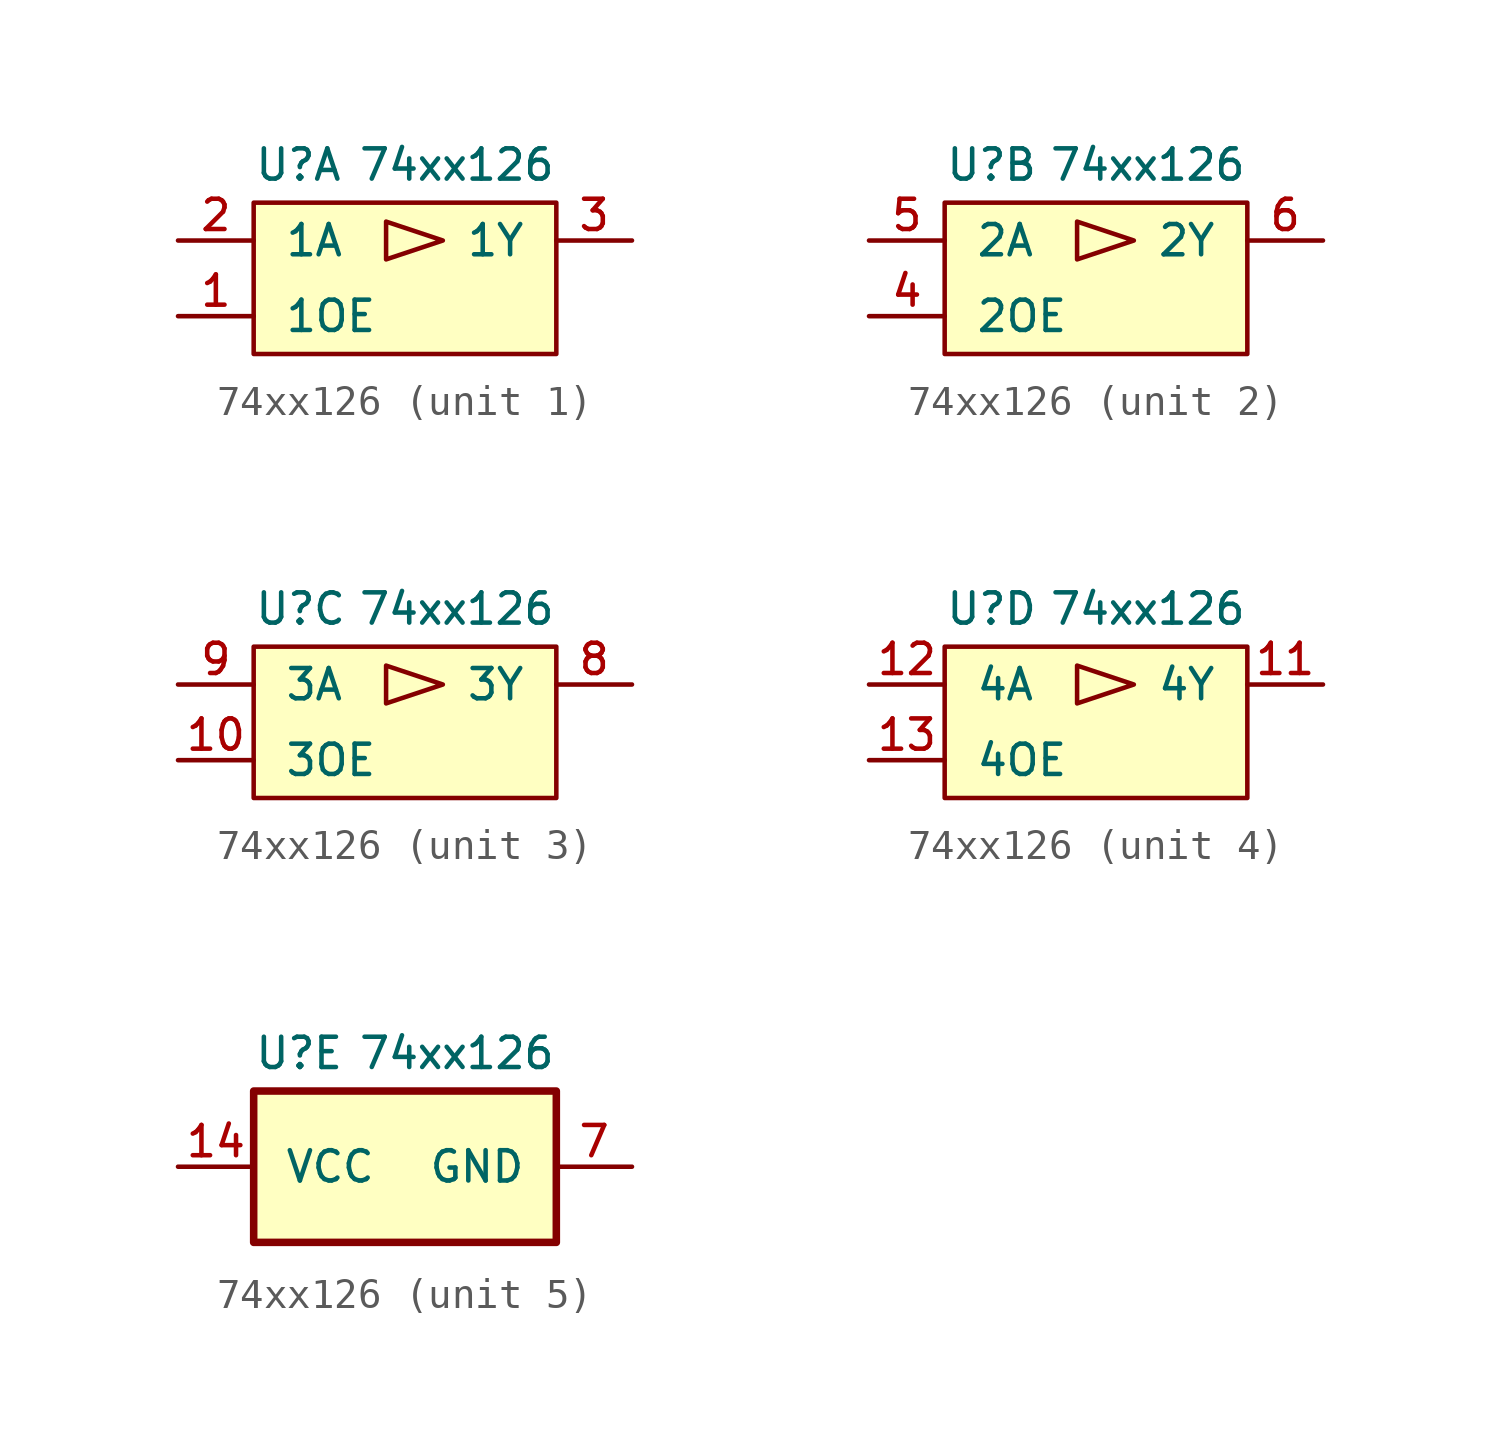
<source format=kicad_sym>
(kicad_symbol_lib
  (version 20211014)
  (generator kicad_symbol_editor)
  (symbol "74xx126"
    (pin_names
      (offset 1.016))
    (property "Reference" "U"
      (at -5.08 3.81 0)
      (effects (font (size 1.016 1.016)) (justify left)))
    (property "Value" "74xx126"
      (at 5.08 3.81 0)
      (effects (font (size 1.016 1.016)) (justify right)))
    (symbol "74xx126_1_0"
      (pin input line (at -7.62 -1.27 0) (length 2.54) (name "1OE" (effects (font (size 1.016 1.016)))) (number "1" (effects (font (size 1.016 1.016)))))
      (pin input line (at -7.62 1.27 0) (length 2.54) (name "1A" (effects (font (size 1.016 1.016)))) (number "2" (effects (font (size 1.016 1.016)))))
      (pin tri_state line (at 7.62 1.27 180) (length 2.54) (name "1Y" (effects (font (size 1.016 1.016)))) (number "3" (effects (font (size 1.016 1.016))))))
    (symbol "74xx126_1_1"
      (rectangle (start -5.08 2.54) (end 5.08 -2.54) (stroke (width 0) (type default) (color 0 0 0 0)) (fill (type background)))
      (polyline (pts (xy 1.27 1.27) (xy -0.635 1.905) (xy -0.635 0.635) (xy 1.27 1.27)) (stroke (width 0) (type default) (color 0 0 0 0)) (fill (type none))))
    (symbol "74xx126_2_1"
      (rectangle (start -5.08 2.54) (end 5.08 -2.54) (stroke (width 0) (type default) (color 0 0 0 0)) (fill (type background)))
      (polyline (pts (xy 1.27 1.27) (xy -0.635 1.905) (xy -0.635 0.635) (xy 1.27 1.27)) (stroke (width 0) (type default) (color 0 0 0 0)) (fill (type none)))
      (pin input line (at -7.62 -1.27 0) (length 2.54) (name "2OE" (effects (font (size 1.016 1.016)))) (number "4" (effects (font (size 1.016 1.016)))))
      (pin input line (at -7.62 1.27 0) (length 2.54) (name "2A" (effects (font (size 1.016 1.016)))) (number "5" (effects (font (size 1.016 1.016)))))
      (pin tri_state line (at 7.62 1.27 180) (length 2.54) (name "2Y" (effects (font (size 1.016 1.016)))) (number "6" (effects (font (size 1.016 1.016))))))
    (symbol "74xx126_3_1"
      (rectangle (start -5.08 2.54) (end 5.08 -2.54) (stroke (width 0) (type default) (color 0 0 0 0)) (fill (type background)))
      (polyline (pts (xy 1.27 1.27) (xy -0.635 1.905) (xy -0.635 0.635) (xy 1.27 1.27)) (stroke (width 0) (type default) (color 0 0 0 0)) (fill (type none)))
      (pin input line (at -7.62 -1.27 0) (length 2.54) (name "3OE" (effects (font (size 1.016 1.016)))) (number "10" (effects (font (size 1.016 1.016)))))
      (pin tri_state line (at 7.62 1.27 180) (length 2.54) (name "3Y" (effects (font (size 1.016 1.016)))) (number "8" (effects (font (size 1.016 1.016)))))
      (pin input line (at -7.62 1.27 0) (length 2.54) (name "3A" (effects (font (size 1.016 1.016)))) (number "9" (effects (font (size 1.016 1.016))))))
    (symbol "74xx126_4_1"
      (rectangle (start -5.08 2.54) (end 5.08 -2.54) (stroke (width 0) (type default) (color 0 0 0 0)) (fill (type background)))
      (polyline (pts (xy 1.27 1.27) (xy -0.635 1.905) (xy -0.635 0.635) (xy 1.27 1.27)) (stroke (width 0) (type default) (color 0 0 0 0)) (fill (type none)))
      (pin tri_state line (at 7.62 1.27 180) (length 2.54) (name "4Y" (effects (font (size 1.016 1.016)))) (number "11" (effects (font (size 1.016 1.016)))))
      (pin input line (at -7.62 1.27 0) (length 2.54) (name "4A" (effects (font (size 1.016 1.016)))) (number "12" (effects (font (size 1.016 1.016)))))
      (pin input line (at -7.62 -1.27 0) (length 2.54) (name "4OE" (effects (font (size 1.016 1.016)))) (number "13" (effects (font (size 1.016 1.016))))))
    (symbol "74xx126_5_0"
      (pin power_in line (at -7.62 0 0) (length 2.54) (name "VCC" (effects (font (size 1.016 1.016)))) (number "14" (effects (font (size 1.016 1.016)))))
      (pin power_in line (at 7.62 0 180) (length 2.54) (name "GND" (effects (font (size 1.016 1.016)))) (number "7" (effects (font (size 1.016 1.016))))))
    (symbol "74xx126_5_1"
      (rectangle (start -5.08 2.54) (end 5.08 -2.54) (stroke (width 0.254) (type default) (color 0 0 0 0)) (fill (type background))))))
</source>
